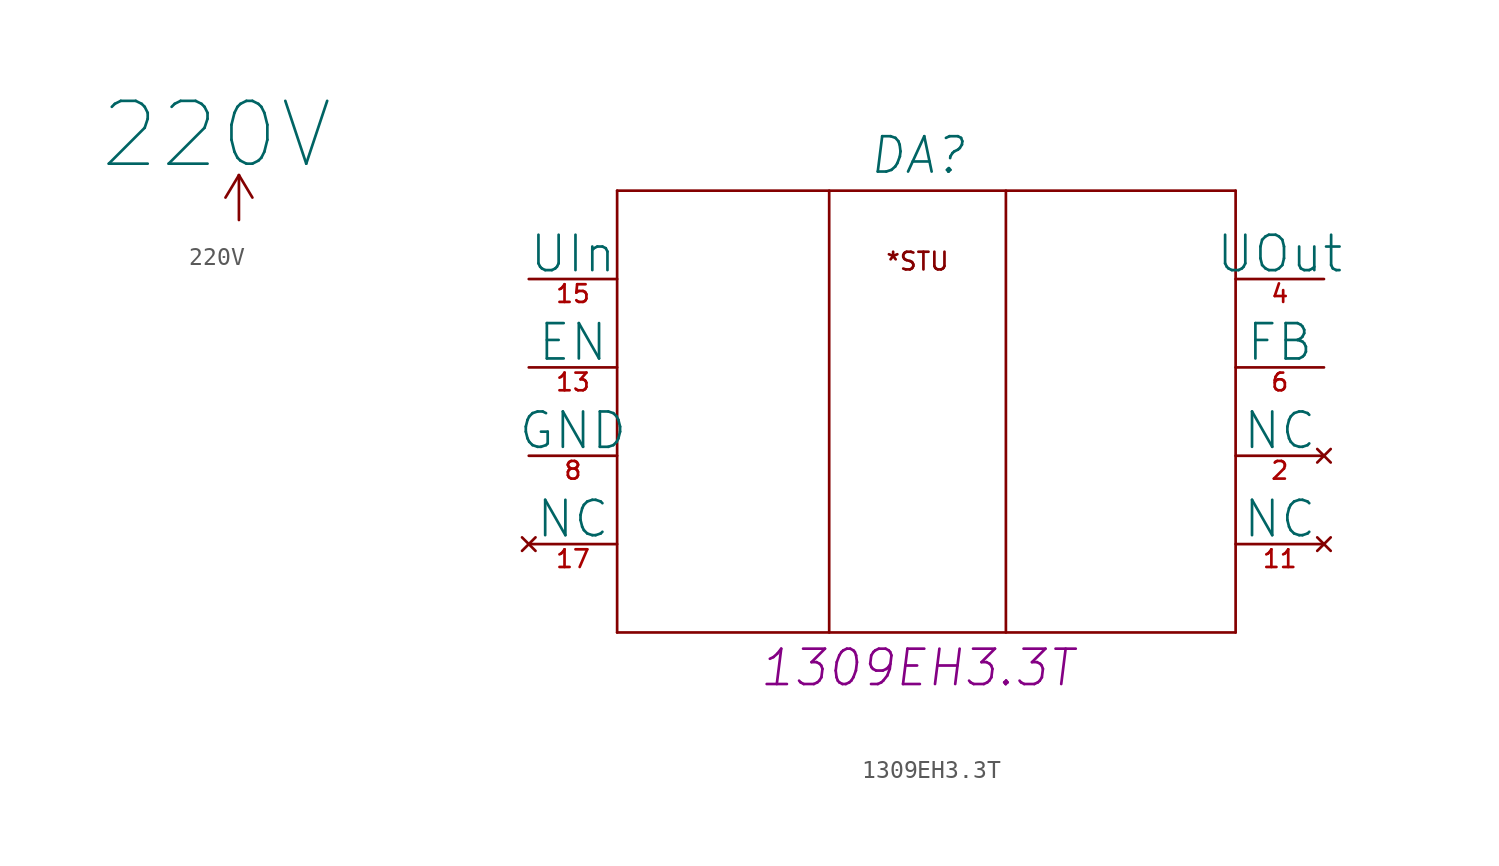
<source format=kicad_sym>
(kicad_symbol_lib
  (version 20201005)
  (generator kicad_symbol_editor)
  (symbol "power_modules:220V"
    (power)
    (pin_names
      (offset 0))
    (property "Reference" "#PWR"
      (at 0 -3.81 0)
      (effects (font (size 1.27 1.27)) hide))
    (property "Value" "220V"
      (at -1.27 4.826 0)
      (effects (font (size 3.556 3.556))))
    (symbol "220V_0_1"
      (polyline (pts (xy -0.762 1.27) (xy 0 2.54)) (stroke (width 0)) (fill (type none)))
      (polyline (pts (xy 0 0) (xy 0 2.54)) (stroke (width 0)) (fill (type none)))
      (polyline (pts (xy 0 2.54) (xy 0.762 1.27)) (stroke (width 0)) (fill (type none))))
    (symbol "220V_1_1"
      (pin power_in line (at 0 0 90) (length 0) hide (name "+5V" (effects (font (size 1.27 1.27)))) (number "1" (effects (font (size 1.27 1.27)))))))
  (symbol "power_modules:1309ЕН3.3Т"
    (pin_names
      (offset 0))
    (property "Reference" "DA"
      (at 22 7 0)
      (effects (font (size 2 2) italic)))
    (property "ValueName" "1309ЕН3.3Т"
      (at 22 -22 0)
      (effects (font (size 2 2) italic)))
    (symbol "1309ЕН3.3Т_0_0"
      (text "*STU" (at 22 1 0) (effects (font (size 1 1))))
      (polyline (pts (xy 5 -20) (xy 40 -20)) (stroke (width 0)) (fill (type none))))
    (symbol "1309ЕН3.3Т_0_1"
      (polyline (pts (xy 5 -20) (xy 5 5)) (stroke (width 0)) (fill (type none)))
      (polyline (pts (xy 17 5) (xy 17 -20)) (stroke (width 0)) (fill (type none)))
      (polyline (pts (xy 27 -20) (xy 27 5)) (stroke (width 0)) (fill (type none)))
      (polyline (pts (xy 40 5) (xy 5 5)) (stroke (width 0)) (fill (type none)))
      (polyline (pts (xy 40 5) (xy 40 -20)) (stroke (width 0)) (fill (type none))))
    (symbol "1309ЕН3.3Т_1_1"
      (pin unconnected line (at 45 -15 180) (length 5) (name "NC" (effects (font (size 2 2)))) (number "11" (effects (font (size 1 1)))))
      (pin input line (at 0 -5 0) (length 5) (name "EN" (effects (font (size 2 2)))) (number "13" (effects (font (size 1 1)))))
      (pin power_in line (at 0 0 0) (length 5) (name "UIn" (effects (font (size 2 2)))) (number "15" (effects (font (size 1 1)))))
      (pin unconnected line (at 0 -15 0) (length 5) (name "NC" (effects (font (size 2 2)))) (number "17" (effects (font (size 1 1)))))
      (pin unconnected line (at 45 -10 180) (length 5) (name "NC" (effects (font (size 2 2)))) (number "2" (effects (font (size 1 1)))))
      (pin power_out line (at 45 0 180) (length 5) (name "UOut" (effects (font (size 2 2)))) (number "4" (effects (font (size 1 1)))))
      (pin input line (at 45 -5 180) (length 5) (name "FB" (effects (font (size 2 2)))) (number "6" (effects (font (size 1 1)))))
      (pin passive line (at 0 -10 0) (length 5) (name "GND" (effects (font (size 2 2)))) (number "8" (effects (font (size 1 1))))))))
</source>
